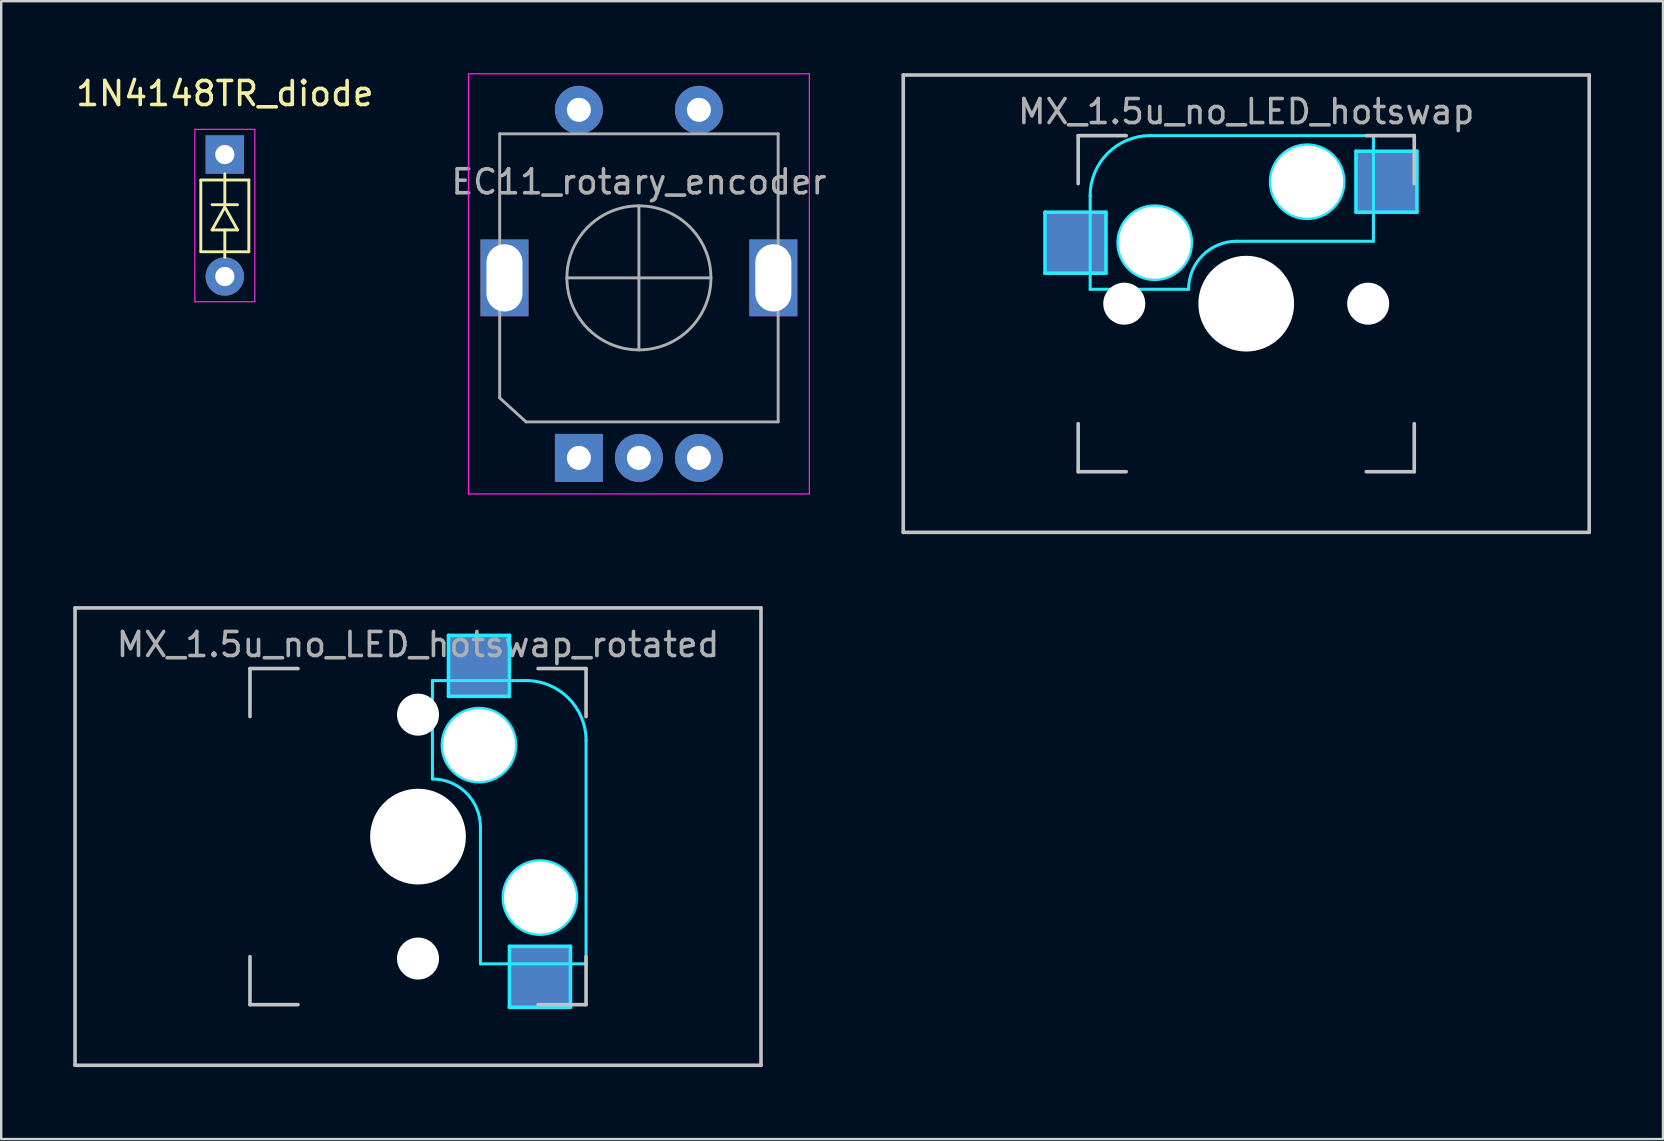
<source format=kicad_pcb>
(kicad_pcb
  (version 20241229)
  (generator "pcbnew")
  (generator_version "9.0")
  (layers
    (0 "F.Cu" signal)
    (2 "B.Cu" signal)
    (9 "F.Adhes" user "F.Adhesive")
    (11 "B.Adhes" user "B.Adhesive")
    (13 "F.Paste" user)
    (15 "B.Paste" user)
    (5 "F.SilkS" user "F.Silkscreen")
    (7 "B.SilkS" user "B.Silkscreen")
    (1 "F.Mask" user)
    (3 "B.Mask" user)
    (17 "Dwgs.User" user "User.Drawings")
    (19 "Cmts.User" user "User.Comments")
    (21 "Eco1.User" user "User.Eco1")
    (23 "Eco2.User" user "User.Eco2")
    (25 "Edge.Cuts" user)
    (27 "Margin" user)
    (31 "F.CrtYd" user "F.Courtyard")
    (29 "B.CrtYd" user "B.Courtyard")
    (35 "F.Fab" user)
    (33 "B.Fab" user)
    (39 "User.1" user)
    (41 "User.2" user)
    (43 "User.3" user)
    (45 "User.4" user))
  (footprint "MX_1.5u_no_LED_hotswap_rotated"
    (layer "F.Cu")
    (at 14.363 31.8)
    (property "Reference" "MX_1.5u_no_LED_hotswap_rotated" (at 0 -8 0) (layer "F.Fab") (effects (font (size 1 1) (thickness 0.15))))
    (attr through_hole)
    (fp_line (start -14.287 -9.525) (end 14.287 -9.525) (stroke (width 0.15) (type solid)) (layer "Dwgs.User"))
    (fp_line (start -14.287 9.525) (end -14.287 -9.525) (stroke (width 0.15) (type solid)) (layer "Dwgs.User"))
    (fp_line (start -7 -7) (end -7 -5) (stroke (width 0.15) (type solid)) (layer "Dwgs.User"))
    (fp_line (start -7 5) (end -7 7) (stroke (width 0.15) (type solid)) (layer "Dwgs.User"))
    (fp_line (start -7 7) (end -5 7) (stroke (width 0.15) (type solid)) (layer "Dwgs.User"))
    (fp_line (start -5 -7) (end -7 -7) (stroke (width 0.15) (type solid)) (layer "Dwgs.User"))
    (fp_line (start 7 -7) (end 5 -7) (stroke (width 0.15) (type solid)) (layer "Dwgs.User"))
    (fp_line (start 7 -5) (end 7 -7) (stroke (width 0.15) (type solid)) (layer "Dwgs.User"))
    (fp_line (start 7 5) (end 7 7) (stroke (width 0.15) (type solid)) (layer "Dwgs.User"))
    (fp_line (start 7 7) (end 5 7) (stroke (width 0.15) (type solid)) (layer "Dwgs.User"))
    (fp_line (start 14.287 -9.525) (end 14.287 9.525) (stroke (width 0.15) (type solid)) (layer "Dwgs.User"))
    (fp_line (start 14.287 9.525) (end -14.287 9.525) (stroke (width 0.15) (type solid)) (layer "Dwgs.User"))
    (fp_line (start 0.6 -6.5) (end 0.6 -2.4) (stroke (width 0.127) (type solid)) (layer "B.CrtYd"))
    (fp_line (start 1.27 -8.382) (end 1.27 -5.842) (stroke (width 0.15) (type solid)) (layer "B.CrtYd"))
    (fp_line (start 1.27 -5.842) (end 3.81 -5.842) (stroke (width 0.15) (type solid)) (layer "B.CrtYd"))
    (fp_line (start 2.6 -0.4) (end 2.6 5.3) (stroke (width 0.127) (type solid)) (layer "B.CrtYd"))
    (fp_line (start 3.81 -8.382) (end 1.27 -8.382) (stroke (width 0.15) (type solid)) (layer "B.CrtYd"))
    (fp_line (start 3.81 -5.842) (end 3.81 -8.382) (stroke (width 0.15) (type solid)) (layer "B.CrtYd"))
    (fp_line (start 3.81 4.572) (end 6.35 4.572) (stroke (width 0.15) (type solid)) (layer "B.CrtYd"))
    (fp_line (start 3.81 7.112) (end 3.81 4.572) (stroke (width 0.15) (type solid)) (layer "B.CrtYd"))
    (fp_line (start 4.5 -6.5) (end 0.6 -6.5) (stroke (width 0.127) (type solid)) (layer "B.CrtYd"))
    (fp_line (start 6.35 4.572) (end 6.35 7.112) (stroke (width 0.15) (type solid)) (layer "B.CrtYd"))
    (fp_line (start 6.35 7.112) (end 3.81 7.112) (stroke (width 0.15) (type solid)) (layer "B.CrtYd"))
    (fp_line (start 7 5.3) (end 2.6 5.3) (stroke (width 0.127) (type solid)) (layer "B.CrtYd"))
    (fp_line (start 7 5.3) (end 7 -4) (stroke (width 0.127) (type solid)) (layer "B.CrtYd"))
    (fp_arc (start 0.6 -2.4) (mid 2.014214 -1.814214) (end 2.6 -0.4) (stroke (width 0.127) (type solid)) (layer "B.CrtYd"))
    (fp_arc (start 4.5 -6.5) (mid 6.267767 -5.767767) (end 7 -4) (stroke (width 0.127) (type solid)) (layer "B.CrtYd"))
    (fp_circle (center 2.54 -3.81) (end 4.064 -3.81) (stroke (width 0.15) (type solid)) (fill no) (layer "B.CrtYd"))
    (fp_circle (center 5.08 2.54) (end 6.604 2.54) (stroke (width 0.15) (type solid)) (fill no) (layer "B.CrtYd"))
    (pad "" np_thru_hole circle (at 0 -5.08 318.1) (size 1.75 1.75) (drill 1.75) (layers "*.Cu" "*.Mask"))
    (pad "" np_thru_hole circle (at 0 0 270) (size 3.988 3.988) (drill 3.988) (layers "*.Cu" "*.Mask"))
    (pad "" np_thru_hole circle (at 0 5.08 318.1) (size 1.75 1.75) (drill 1.75) (layers "*.Cu" "*.Mask"))
    (pad "" np_thru_hole circle (at 2.54 -3.81 270) (size 3 3) (drill 3) (layers "*.Cu" "*.Mask"))
    (pad "" np_thru_hole circle (at 5.08 2.54 270) (size 3 3) (drill 3) (layers "*.Cu" "*.Mask"))
    (pad "1" smd rect (at 5.08 5.842 270) (size 2.55 2.5) (layers "B.Cu" "B.Mask"))
    (pad "2" smd rect (at 2.54 -7.085 270) (size 2.55 2.5) (layers "B.Cu" "B.Mask")))
  (footprint "MX_1.5u_no_LED_hotswap"
    (layer "F.Cu")
    (at 48.863 9.6)
    (property "Reference" "MX_1.5u_no_LED_hotswap" (at 0 -8 0) (layer "F.Fab") (effects (font (size 1 1) (thickness 0.15))))
    (attr through_hole)
    (fp_line (start -14.287 -9.525) (end 14.287 -9.525) (stroke (width 0.15) (type solid)) (layer "Dwgs.User"))
    (fp_line (start -14.287 9.525) (end -14.287 -9.525) (stroke (width 0.15) (type solid)) (layer "Dwgs.User"))
    (fp_line (start -7 -7) (end -7 -5) (stroke (width 0.15) (type solid)) (layer "Dwgs.User"))
    (fp_line (start -7 5) (end -7 7) (stroke (width 0.15) (type solid)) (layer "Dwgs.User"))
    (fp_line (start -7 7) (end -5 7) (stroke (width 0.15) (type solid)) (layer "Dwgs.User"))
    (fp_line (start -5 -7) (end -7 -7) (stroke (width 0.15) (type solid)) (layer "Dwgs.User"))
    (fp_line (start 5 -7) (end 7 -7) (stroke (width 0.15) (type solid)) (layer "Dwgs.User"))
    (fp_line (start 5 7) (end 7 7) (stroke (width 0.15) (type solid)) (layer "Dwgs.User"))
    (fp_line (start 7 -7) (end 7 -5) (stroke (width 0.15) (type solid)) (layer "Dwgs.User"))
    (fp_line (start 7 7) (end 7 5) (stroke (width 0.15) (type solid)) (layer "Dwgs.User"))
    (fp_line (start 14.287 -9.525) (end 14.287 9.525) (stroke (width 0.15) (type solid)) (layer "Dwgs.User"))
    (fp_line (start 14.287 9.525) (end -14.287 9.525) (stroke (width 0.15) (type solid)) (layer "Dwgs.User"))
    (fp_line (start -8.382 -3.81) (end -8.382 -1.27) (stroke (width 0.15) (type solid)) (layer "B.CrtYd"))
    (fp_line (start -8.382 -1.27) (end -5.842 -1.27) (stroke (width 0.15) (type solid)) (layer "B.CrtYd"))
    (fp_line (start -6.5 -4.5) (end -6.5 -0.6) (stroke (width 0.127) (type solid)) (layer "B.CrtYd"))
    (fp_line (start -6.5 -0.6) (end -2.4 -0.6) (stroke (width 0.127) (type solid)) (layer "B.CrtYd"))
    (fp_line (start -5.842 -3.81) (end -8.382 -3.81) (stroke (width 0.15) (type solid)) (layer "B.CrtYd"))
    (fp_line (start -5.842 -1.27) (end -5.842 -3.81) (stroke (width 0.15) (type solid)) (layer "B.CrtYd"))
    (fp_line (start -0.4 -2.6) (end 5.3 -2.6) (stroke (width 0.127) (type solid)) (layer "B.CrtYd"))
    (fp_line (start 4.572 -6.35) (end 7.112 -6.35) (stroke (width 0.15) (type solid)) (layer "B.CrtYd"))
    (fp_line (start 4.572 -3.81) (end 4.572 -6.35) (stroke (width 0.15) (type solid)) (layer "B.CrtYd"))
    (fp_line (start 5.3 -7) (end -4 -7) (stroke (width 0.127) (type solid)) (layer "B.CrtYd"))
    (fp_line (start 5.3 -7) (end 5.3 -2.6) (stroke (width 0.127) (type solid)) (layer "B.CrtYd"))
    (fp_line (start 7.112 -6.35) (end 7.112 -3.81) (stroke (width 0.15) (type solid)) (layer "B.CrtYd"))
    (fp_line (start 7.112 -3.81) (end 4.572 -3.81) (stroke (width 0.15) (type solid)) (layer "B.CrtYd"))
    (fp_arc (start -6.5 -4.5) (mid -5.767767 -6.267767) (end -4 -7) (stroke (width 0.127) (type solid)) (layer "B.CrtYd"))
    (fp_arc (start -2.4 -0.6) (mid -1.814214 -2.014214) (end -0.4 -2.6) (stroke (width 0.127) (type solid)) (layer "B.CrtYd"))
    (fp_circle (center -3.81 -2.54) (end -3.81 -4.064) (stroke (width 0.15) (type solid)) (fill no) (layer "B.CrtYd"))
    (fp_circle (center 2.54 -5.08) (end 2.54 -6.604) (stroke (width 0.15) (type solid)) (fill no) (layer "B.CrtYd"))
    (pad "" np_thru_hole circle (at -5.08 0 48.1) (size 1.75 1.75) (drill 1.75) (layers "*.Cu" "*.Mask"))
    (pad "" np_thru_hole circle (at -3.81 -2.54) (size 3 3) (drill 3) (layers "*.Cu" "*.Mask"))
    (pad "" np_thru_hole circle (at 0 0) (size 3.988 3.988) (drill 3.988) (layers "*.Cu" "*.Mask"))
    (pad "" np_thru_hole circle (at 2.54 -5.08) (size 3 3) (drill 3) (layers "*.Cu" "*.Mask"))
    (pad "" np_thru_hole circle (at 5.08 0 48.1) (size 1.75 1.75) (drill 1.75) (layers "*.Cu" "*.Mask"))
    (pad "1" smd rect (at 5.842 -5.08) (size 2.55 2.5) (layers "B.Cu" "B.Mask"))
    (pad "2" smd rect (at -7.085 -2.54) (size 2.55 2.5) (layers "B.Cu" "B.Mask")))
  (footprint "EC11_rotary_encoder"
    (layer "F.Cu")
    (at 23.565 8.525)
    (property "Reference" "EC11_rotary_encoder" (at 0 -4 180) (layer "F.Fab") (effects (font (size 1 1) (thickness 0.15))))
    (attr through_hole)
    (fp_line (start -7.1 9) (end -7.1 -8.5) (stroke (width 0.05) (type solid)) (layer "F.CrtYd"))
    (fp_line (start -7.1 9) (end 7.1 9) (stroke (width 0.05) (type solid)) (layer "F.CrtYd"))
    (fp_line (start 7.1 -8.5) (end -7.1 -8.5) (stroke (width 0.05) (type solid)) (layer "F.CrtYd"))
    (fp_line (start 7.1 -8.5) (end 7.1 9) (stroke (width 0.05) (type solid)) (layer "F.CrtYd"))
    (fp_line (start -5.8 -6) (end 5.8 -6) (stroke (width 0.12) (type solid)) (layer "F.Fab"))
    (fp_line (start -5.8 5) (end -5.8 -6) (stroke (width 0.12) (type solid)) (layer "F.Fab"))
    (fp_line (start -4.7 6) (end -5.8 5) (stroke (width 0.12) (type solid)) (layer "F.Fab"))
    (fp_line (start -3 0) (end 3 0) (stroke (width 0.12) (type solid)) (layer "F.Fab"))
    (fp_line (start 0 3) (end 0 -3) (stroke (width 0.12) (type solid)) (layer "F.Fab"))
    (fp_line (start 5.8 -6) (end 5.8 6) (stroke (width 0.12) (type solid)) (layer "F.Fab"))
    (fp_line (start 5.8 6) (end -4.7 6) (stroke (width 0.12) (type solid)) (layer "F.Fab"))
    (fp_circle (center 0 0) (end 0 -3) (stroke (width 0.12) (type solid)) (fill no) (layer "F.Fab"))
    (pad "" np_thru_hole rect (at -5.6 0 90) (size 3.2 2) (drill oval 2.8 1.5) (layers "*.Cu" "*.Mask"))
    (pad "" np_thru_hole rect (at 5.6 0 90) (size 3.2 2) (drill oval 2.8 1.5) (layers "*.Cu" "*.Mask"))
    (pad "A" thru_hole rect (at -2.5 7.5 90) (size 2 2) (drill 1) (layers "*.Cu" "*.Mask"))
    (pad "B" thru_hole circle (at 2.5 7.5 90) (size 2 2) (drill 1) (layers "*.Cu" "*.Mask"))
    (pad "C" thru_hole circle (at 0 7.5 90) (size 2 2) (drill 1) (layers "*.Cu" "*.Mask"))
    (pad "S1" thru_hole circle (at 2.5 -7 90) (size 2 2) (drill 1) (layers "*.Cu" "*.Mask"))
    (pad "S2" thru_hole circle (at -2.5 -7 90) (size 2 2) (drill 1) (layers "*.Cu" "*.Mask")))
  (footprint "1N4148TR_diode"
    (layer "F.Cu")
    (at 6.315 5.928)
    (property "Reference" "1N4148TR_diode" (at 0 -5.08 0) (layer "F.SilkS") (effects (font (size 1 1) (thickness 0.15))))
    (attr through_hole)
    (fp_line (start -1 -1.48) (end 1 -1.48) (stroke (width 0.12) (type solid)) (layer "F.SilkS"))
    (fp_line (start -1 -1.47) (end -1 1.5) (stroke (width 0.12) (type solid)) (layer "F.SilkS"))
    (fp_line (start -1 1.51) (end 1 1.51) (stroke (width 0.12) (type solid)) (layer "F.SilkS"))
    (fp_line (start -0.53 -0.45) (end 0.53 -0.45) (stroke (width 0.12) (type solid)) (layer "F.SilkS"))
    (fp_line (start -0.53 0.6) (end 0.53 0.6) (stroke (width 0.12) (type solid)) (layer "F.SilkS"))
    (fp_line (start 0 -1.74) (end 0 -0.45) (stroke (width 0.12) (type solid)) (layer "F.SilkS"))
    (fp_line (start 0 -0.35) (end -0.53 0.6) (stroke (width 0.12) (type solid)) (layer "F.SilkS"))
    (fp_line (start 0 -0.35) (end 0.53 0.6) (stroke (width 0.12) (type solid)) (layer "F.SilkS"))
    (fp_line (start 0 1.74) (end 0 0.6) (stroke (width 0.12) (type solid)) (layer "F.SilkS"))
    (fp_line (start 1 -1.48) (end 1 1.51) (stroke (width 0.12) (type solid)) (layer "F.SilkS"))
    (fp_line (start -1.25 -3.59) (end -1.25 3.59) (stroke (width 0.05) (type solid)) (layer "F.CrtYd"))
    (fp_line (start -1.25 3.59) (end 1.25 3.59) (stroke (width 0.05) (type solid)) (layer "F.CrtYd"))
    (fp_line (start 1.25 -3.59) (end -1.25 -3.59) (stroke (width 0.05) (type solid)) (layer "F.CrtYd"))
    (fp_line (start 1.25 3.59) (end 1.25 -3.59) (stroke (width 0.05) (type solid)) (layer "F.CrtYd"))
    (pad "1" thru_hole rect (at 0 -2.54 270) (size 1.6 1.6) (drill 0.8) (layers "*.Cu" "*.Mask"))
    (pad "2" thru_hole oval (at 0 2.54 270) (size 1.6 1.6) (drill 0.8) (layers "*.Cu" "*.Mask")))
  (gr_rect
    (start -3 -3)
    (end 66.225 44.4)
    (stroke (width 0.1) (type default))
    (fill no)
    (layer "Edge.Cuts")))
</source>
